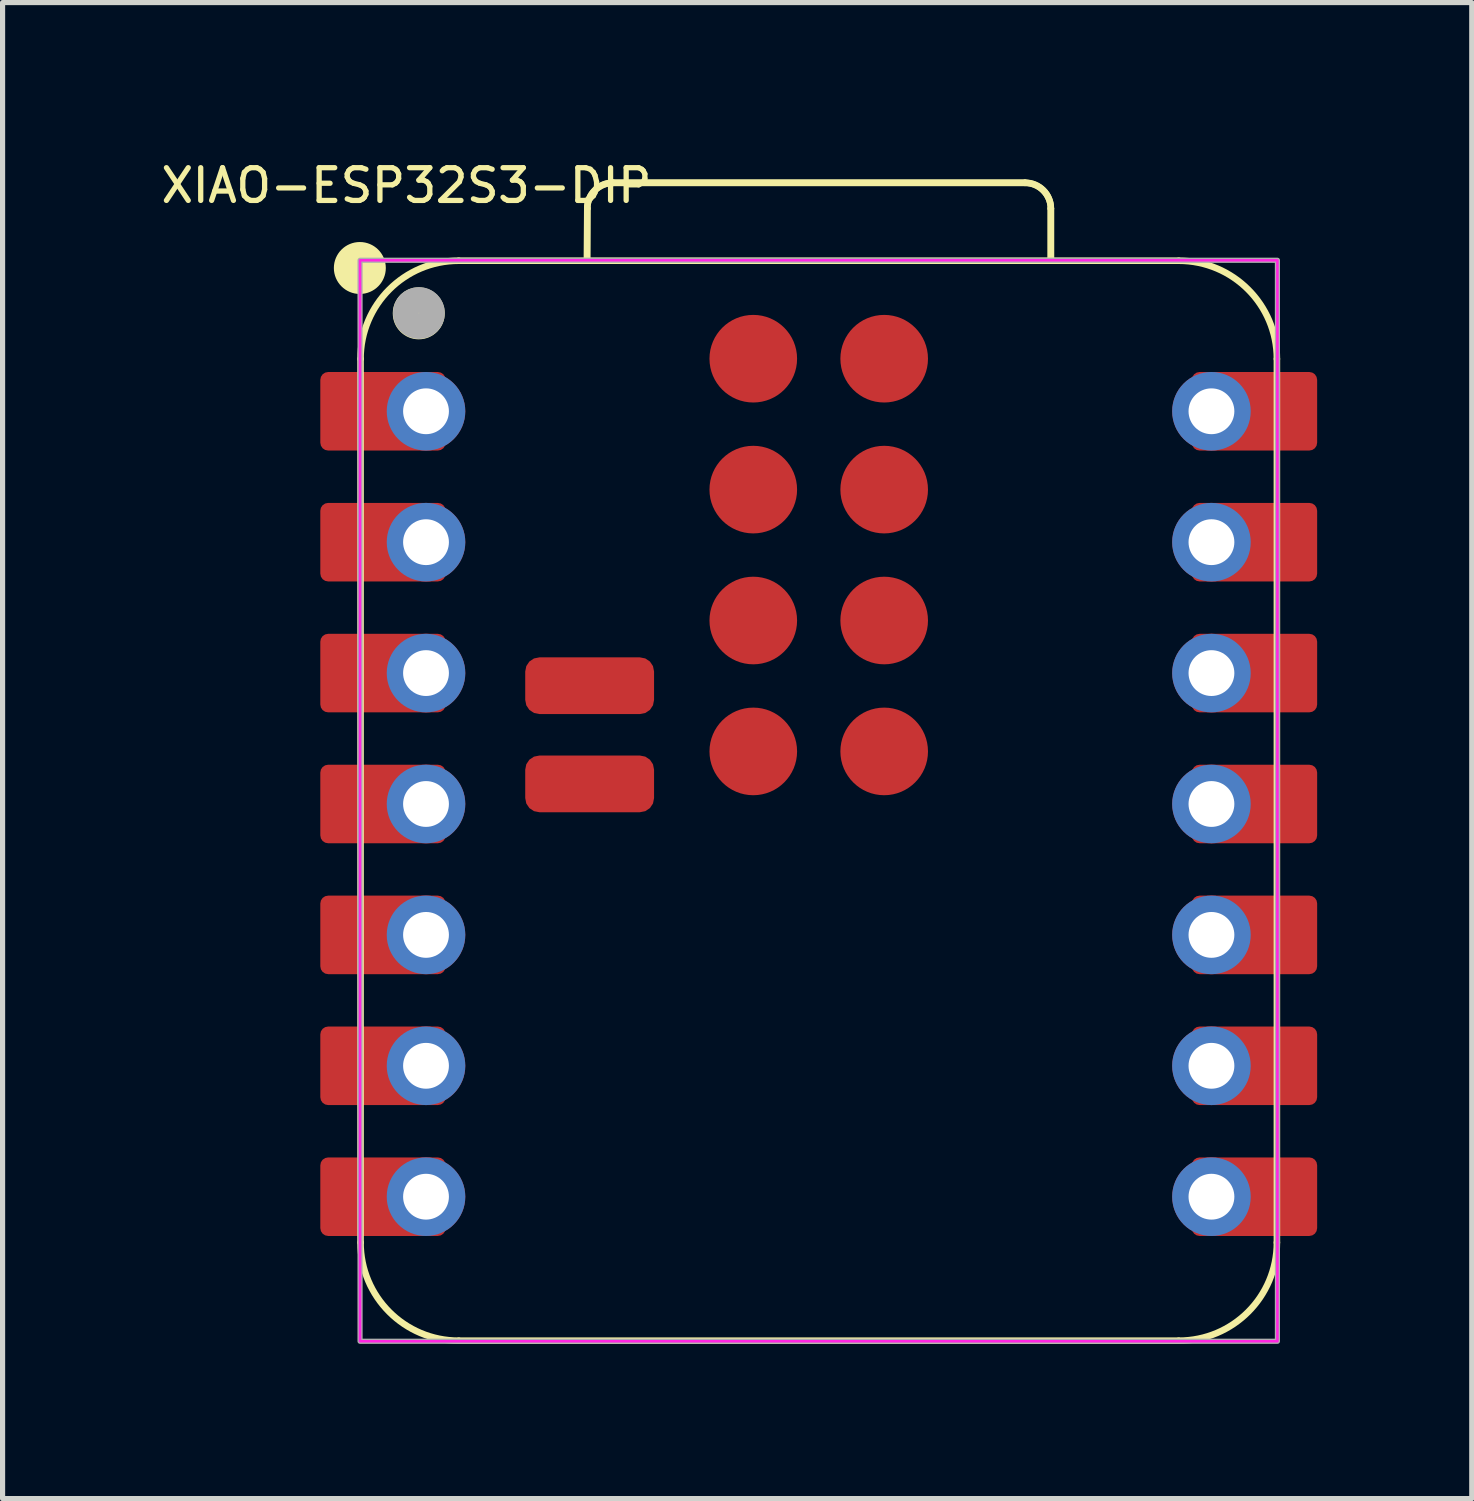
<source format=kicad_pcb>
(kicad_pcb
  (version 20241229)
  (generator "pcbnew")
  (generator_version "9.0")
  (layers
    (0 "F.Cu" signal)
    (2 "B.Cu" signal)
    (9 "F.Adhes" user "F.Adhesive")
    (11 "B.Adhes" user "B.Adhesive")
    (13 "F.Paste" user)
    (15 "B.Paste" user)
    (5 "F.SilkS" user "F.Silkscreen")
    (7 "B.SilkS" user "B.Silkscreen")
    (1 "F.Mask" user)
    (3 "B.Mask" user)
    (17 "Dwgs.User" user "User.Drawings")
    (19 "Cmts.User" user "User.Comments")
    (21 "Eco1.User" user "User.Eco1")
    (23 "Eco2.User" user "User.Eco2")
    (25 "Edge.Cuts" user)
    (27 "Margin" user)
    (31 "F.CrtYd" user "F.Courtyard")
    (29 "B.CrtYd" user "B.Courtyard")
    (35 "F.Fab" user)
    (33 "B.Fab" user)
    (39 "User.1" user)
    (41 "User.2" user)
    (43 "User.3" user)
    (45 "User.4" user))
  (footprint "XIAO-ESP32S3-DIP"
    (layer "F.Cu")
    (at 12.836 12.55)
    (property "Reference" "XIAO-ESP32S3-DIP" (at -8 -12 0) (unlocked yes) (layer "F.SilkS") (effects (font (size 0.635 0.635) (thickness 0.102))))
    (attr smd)
    (fp_line (start -8.89 8.509) (end -8.89 -8.636) (stroke (width 0.127) (type solid)) (layer "F.SilkS"))
    (fp_line (start -6.985 10.414) (end 6.985 10.414) (stroke (width 0.127) (type solid)) (layer "F.SilkS"))
    (fp_line (start -4.495 -10.545) (end -4.491 -11.555) (stroke (width 0.127) (type solid)) (layer "F.SilkS"))
    (fp_line (start -4.495 -10.541) (end -4.491 -11.551) (stroke (width 0.127) (type solid)) (layer "F.SilkS"))
    (fp_line (start -3.991 -12.055) (end 4.004 -12.055) (stroke (width 0.127) (type solid)) (layer "F.SilkS"))
    (fp_line (start -3.991 -12.051) (end 4.004 -12.051) (stroke (width 0.127) (type solid)) (layer "F.SilkS"))
    (fp_line (start 4.504 -11.555) (end 4.504 -10.545) (stroke (width 0.127) (type solid)) (layer "F.SilkS"))
    (fp_line (start 4.504 -11.551) (end 4.504 -10.541) (stroke (width 0.127) (type solid)) (layer "F.SilkS"))
    (fp_line (start 6.985 -10.541) (end -6.985 -10.541) (stroke (width 0.1) (type solid)) (layer "F.SilkS"))
    (fp_line (start 6.985 -10.541) (end -6.985 -10.541) (stroke (width 0.127) (type solid)) (layer "F.SilkS"))
    (fp_line (start 8.89 8.509) (end 8.89 -8.636) (stroke (width 0.127) (type solid)) (layer "F.SilkS"))
    (fp_arc (start -8.89 -8.636) (mid -8.332038 -9.983038) (end -6.985 -10.541) (stroke (width 0.127) (type solid)) (layer "F.SilkS"))
    (fp_arc (start -6.985 10.414) (mid -8.332038 9.856038) (end -8.89 8.509) (stroke (width 0.127) (type solid)) (layer "F.SilkS"))
    (fp_arc (start -4.491272 -11.555272) (mid -4.344724 -11.908644) (end -3.991272 -12.055) (stroke (width 0.127) (type default)) (layer "F.SilkS"))
    (fp_arc (start -4.491272 -11.551272) (mid -4.344728 -11.90464) (end -3.991272 -12.051) (stroke (width 0.127) (type default)) (layer "F.SilkS"))
    (fp_arc (start 4.004 -12.055) (mid 4.357553 -11.908553) (end 4.504 -11.555) (stroke (width 0.127) (type default)) (layer "F.SilkS"))
    (fp_arc (start 4.004 -12.051) (mid 4.357553 -11.904553) (end 4.504 -11.551) (stroke (width 0.127) (type default)) (layer "F.SilkS"))
    (fp_arc (start 6.985 -10.541) (mid 8.332038 -9.983038) (end 8.89 -8.636) (stroke (width 0.127) (type solid)) (layer "F.SilkS"))
    (fp_arc (start 8.89 8.509) (mid 8.332038 9.856038) (end 6.985 10.414) (stroke (width 0.127) (type solid)) (layer "F.SilkS"))
    (fp_circle (center -8.904 -10.4) (end -8.904 -10.654) (stroke (width 0.5) (type solid)) (fill yes) (layer "F.SilkS"))
    (fp_circle (center -7.761 -9.52) (end -7.761 -9.774) (stroke (width 0.5) (type solid)) (fill yes) (layer "F.SilkS"))
    (fp_rect (start -8.9 -10.55) (end 8.9 10.425) (stroke (width 0.05) (type default)) (fill no) (layer "F.CrtYd"))
    (fp_rect (start -8.9 -10.55) (end 8.9 10.425) (stroke (width 0.1) (type default)) (fill no) (layer "F.Fab"))
    (fp_circle (center -7.758 -9.526) (end -7.758 -9.78) (stroke (width 0.5) (type solid)) (fill no) (layer "F.Fab"))
    (pad "1" smd roundrect (at -8.455 -7.62 180) (size 2.432 1.524) (layers "F.Cu" "F.Mask") (roundrect_rratio 0.1))
    (pad "1" thru_hole circle (at -7.62 -7.62 180) (size 1.524 1.524) (drill 0.889) (layers "*.Cu" "*.Mask"))
    (pad "2" smd roundrect (at -8.455 -5.08 180) (size 2.432 1.524) (layers "F.Cu" "F.Mask") (roundrect_rratio 0.1))
    (pad "2" thru_hole circle (at -7.62 -5.08 180) (size 1.524 1.524) (drill 0.889) (layers "*.Cu" "*.Mask"))
    (pad "3" smd roundrect (at -8.455 -2.54 180) (size 2.432 1.524) (layers "F.Cu" "F.Mask") (roundrect_rratio 0.1))
    (pad "3" thru_hole circle (at -7.62 -2.54 180) (size 1.524 1.524) (drill 0.889) (layers "*.Cu" "*.Mask"))
    (pad "4" smd roundrect (at -8.455 0 180) (size 2.432 1.524) (layers "F.Cu" "F.Mask") (roundrect_rratio 0.1))
    (pad "4" thru_hole circle (at -7.62 0 180) (size 1.524 1.524) (drill 0.889) (layers "*.Cu" "*.Mask"))
    (pad "5" smd roundrect (at -8.455 2.54 180) (size 2.432 1.524) (layers "F.Cu" "F.Mask") (roundrect_rratio 0.1))
    (pad "5" thru_hole circle (at -7.62 2.54 180) (size 1.524 1.524) (drill 0.889) (layers "*.Cu" "*.Mask"))
    (pad "6" smd roundrect (at -8.455 5.08 180) (size 2.432 1.524) (layers "F.Cu" "F.Mask") (roundrect_rratio 0.1))
    (pad "6" thru_hole circle (at -7.62 5.08 180) (size 1.524 1.524) (drill 0.889) (layers "*.Cu" "*.Mask"))
    (pad "7" smd roundrect (at -8.455 7.62 180) (size 2.432 1.524) (layers "F.Cu" "F.Mask") (roundrect_rratio 0.1))
    (pad "7" thru_hole circle (at -7.62 7.62 180) (size 1.524 1.524) (drill 0.889) (layers "*.Cu" "*.Mask"))
    (pad "8" thru_hole circle (at 7.62 7.62) (size 1.524 1.524) (drill 0.889) (layers "*.Cu" "*.Mask"))
    (pad "8" smd roundrect (at 8.455 7.62) (size 2.432 1.524) (layers "F.Cu" "F.Mask") (roundrect_rratio 0.1))
    (pad "9" thru_hole circle (at 7.62 5.08) (size 1.524 1.524) (drill 0.889) (layers "*.Cu" "*.Mask"))
    (pad "9" smd roundrect (at 8.455 5.08) (size 2.432 1.524) (layers "F.Cu" "F.Mask") (roundrect_rratio 0.1))
    (pad "10" thru_hole circle (at 7.62 2.54) (size 1.524 1.524) (drill 0.889) (layers "*.Cu" "*.Mask"))
    (pad "10" smd roundrect (at 8.455 2.54) (size 2.432 1.524) (layers "F.Cu" "F.Mask") (roundrect_rratio 0.1))
    (pad "11" thru_hole circle (at 7.62 0) (size 1.524 1.524) (drill 0.889) (layers "*.Cu" "*.Mask"))
    (pad "11" smd roundrect (at 8.455 0) (size 2.432 1.524) (layers "F.Cu" "F.Mask") (roundrect_rratio 0.1))
    (pad "12" thru_hole circle (at 7.62 -2.54) (size 1.524 1.524) (drill 0.889) (layers "*.Cu" "*.Mask"))
    (pad "12" smd roundrect (at 8.455 -2.54) (size 2.432 1.524) (layers "F.Cu" "F.Mask") (roundrect_rratio 0.1))
    (pad "13" thru_hole circle (at 7.62 -5.08) (size 1.524 1.524) (drill 0.889) (layers "*.Cu" "*.Mask"))
    (pad "13" smd roundrect (at 8.455 -5.08) (size 2.432 1.524) (layers "F.Cu" "F.Mask") (roundrect_rratio 0.1))
    (pad "14" thru_hole circle (at 7.62 -7.62) (size 1.524 1.524) (drill 0.889) (layers "*.Cu" "*.Mask"))
    (pad "14" smd roundrect (at 8.455 -7.62) (size 2.432 1.524) (layers "F.Cu" "F.Mask") (roundrect_rratio 0.1))
    (pad "15" smd roundrect (at -4.445 -0.39 180) (size 2.5 1.1) (layers "F.Cu" "F.Mask" "F.Paste") (roundrect_rratio 0.25))
    (pad "16" smd roundrect (at -4.445 -2.295 180) (size 2.5 1.1) (layers "F.Cu" "F.Mask" "F.Paste") (roundrect_rratio 0.25))
    (pad "17" smd circle (at -1.27 -8.64) (size 1.7 1.7) (layers "F.Cu" "F.Mask" "F.Paste"))
    (pad "18" smd circle (at 1.27 -8.64) (size 1.7 1.7) (layers "F.Cu" "F.Mask" "F.Paste"))
    (pad "19" smd circle (at -1.27 -6.1) (size 1.7 1.7) (layers "F.Cu" "F.Mask" "F.Paste"))
    (pad "20" smd circle (at 1.27 -6.1) (size 1.7 1.7) (layers "F.Cu" "F.Mask" "F.Paste"))
    (pad "21" smd circle (at -1.27 -3.56) (size 1.7 1.7) (layers "F.Cu" "F.Mask" "F.Paste"))
    (pad "22" smd circle (at 1.27 -3.56) (size 1.7 1.7) (layers "F.Cu" "F.Mask" "F.Paste"))
    (pad "23" smd circle (at -1.27 -1.02) (size 1.7 1.7) (layers "F.Cu" "F.Mask" "F.Paste"))
    (pad "24" smd circle (at 1.27 -1.02) (size 1.7 1.7) (layers "F.Cu" "F.Mask" "F.Paste")))
  (gr_rect
    (start -3 -3)
    (end 25.507 26.027)
    (stroke (width 0.1) (type default))
    (fill no)
    (layer "Edge.Cuts")))
</source>
